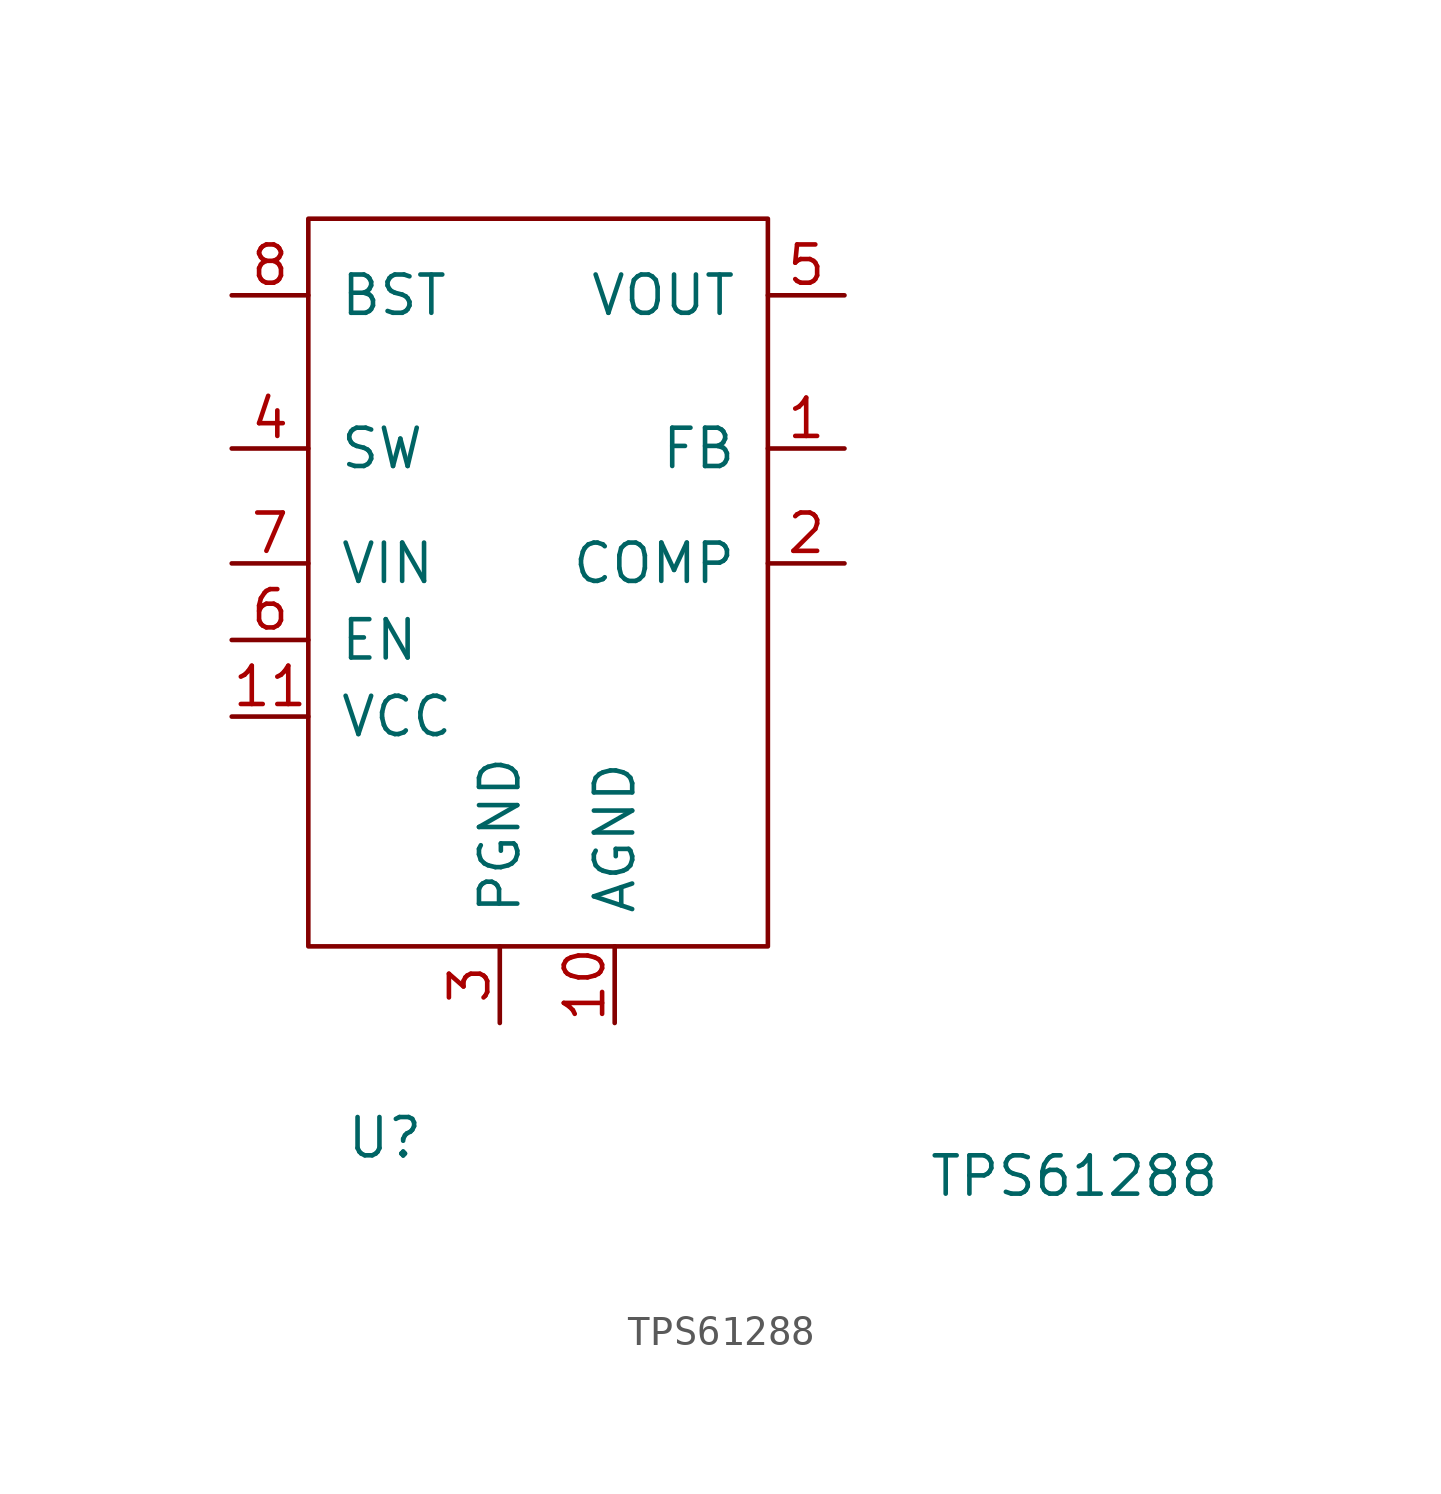
<source format=kicad_sym>
(kicad_symbol_lib
  (version 20211014)
  (generator kicad_symbol_editor)
  (symbol "TPS61288"
    (pin_names
      (offset 1.016))
    (property "Reference" "U"
      (at -11.43 -8.89 0)
      (effects (font (size 1.27 1.27))))
    (property "Value" "TPS61288"
      (at 11.43 -10.16 0)
      (effects (font (size 1.27 1.27))))
    (symbol "TPS61288_0_1"
      (rectangle (start -13.97 21.59) (end 1.27 -2.54) (stroke (width 0) (type default) (color 0 0 0 0)) (fill (type none))))
    (symbol "TPS61288_1_1"
      (pin input line (at 3.81 13.97 180) (length 2.54) (name "FB" (effects (font (size 1.27 1.27)))) (number "1" (effects (font (size 1.27 1.27)))))
      (pin passive line (at -3.81 -5.08 90) (length 2.54) (name "AGND" (effects (font (size 1.27 1.27)))) (number "10" (effects (font (size 1.27 1.27)))))
      (pin output line (at -16.51 5.08 0) (length 2.54) (name "VCC" (effects (font (size 1.27 1.27)))) (number "11" (effects (font (size 1.27 1.27)))))
      (pin output line (at 3.81 10.16 180) (length 2.54) (name "COMP" (effects (font (size 1.27 1.27)))) (number "2" (effects (font (size 1.27 1.27)))))
      (pin passive line (at -7.62 -5.08 90) (length 2.54) (name "PGND" (effects (font (size 1.27 1.27)))) (number "3" (effects (font (size 1.27 1.27)))))
      (pin input line (at -16.51 13.97 0) (length 2.54) (name "SW" (effects (font (size 1.27 1.27)))) (number "4" (effects (font (size 1.27 1.27)))))
      (pin power_out line (at 3.81 19.05 180) (length 2.54) (name "VOUT" (effects (font (size 1.27 1.27)))) (number "5" (effects (font (size 1.27 1.27)))))
      (pin input line (at -16.51 7.62 0) (length 2.54) (name "EN" (effects (font (size 1.27 1.27)))) (number "6" (effects (font (size 1.27 1.27)))))
      (pin power_in line (at -16.51 10.16 0) (length 2.54) (name "VIN" (effects (font (size 1.27 1.27)))) (number "7" (effects (font (size 1.27 1.27)))))
      (pin output line (at -16.51 19.05 0) (length 2.54) (name "BST" (effects (font (size 1.27 1.27)))) (number "8" (effects (font (size 1.27 1.27)))))
      (pin input line (at -16.51 13.97 0) (length 2.54) hide (name "SW" (effects (font (size 1.27 1.27)))) (number "9" (effects (font (size 1.27 1.27))))))))
</source>
